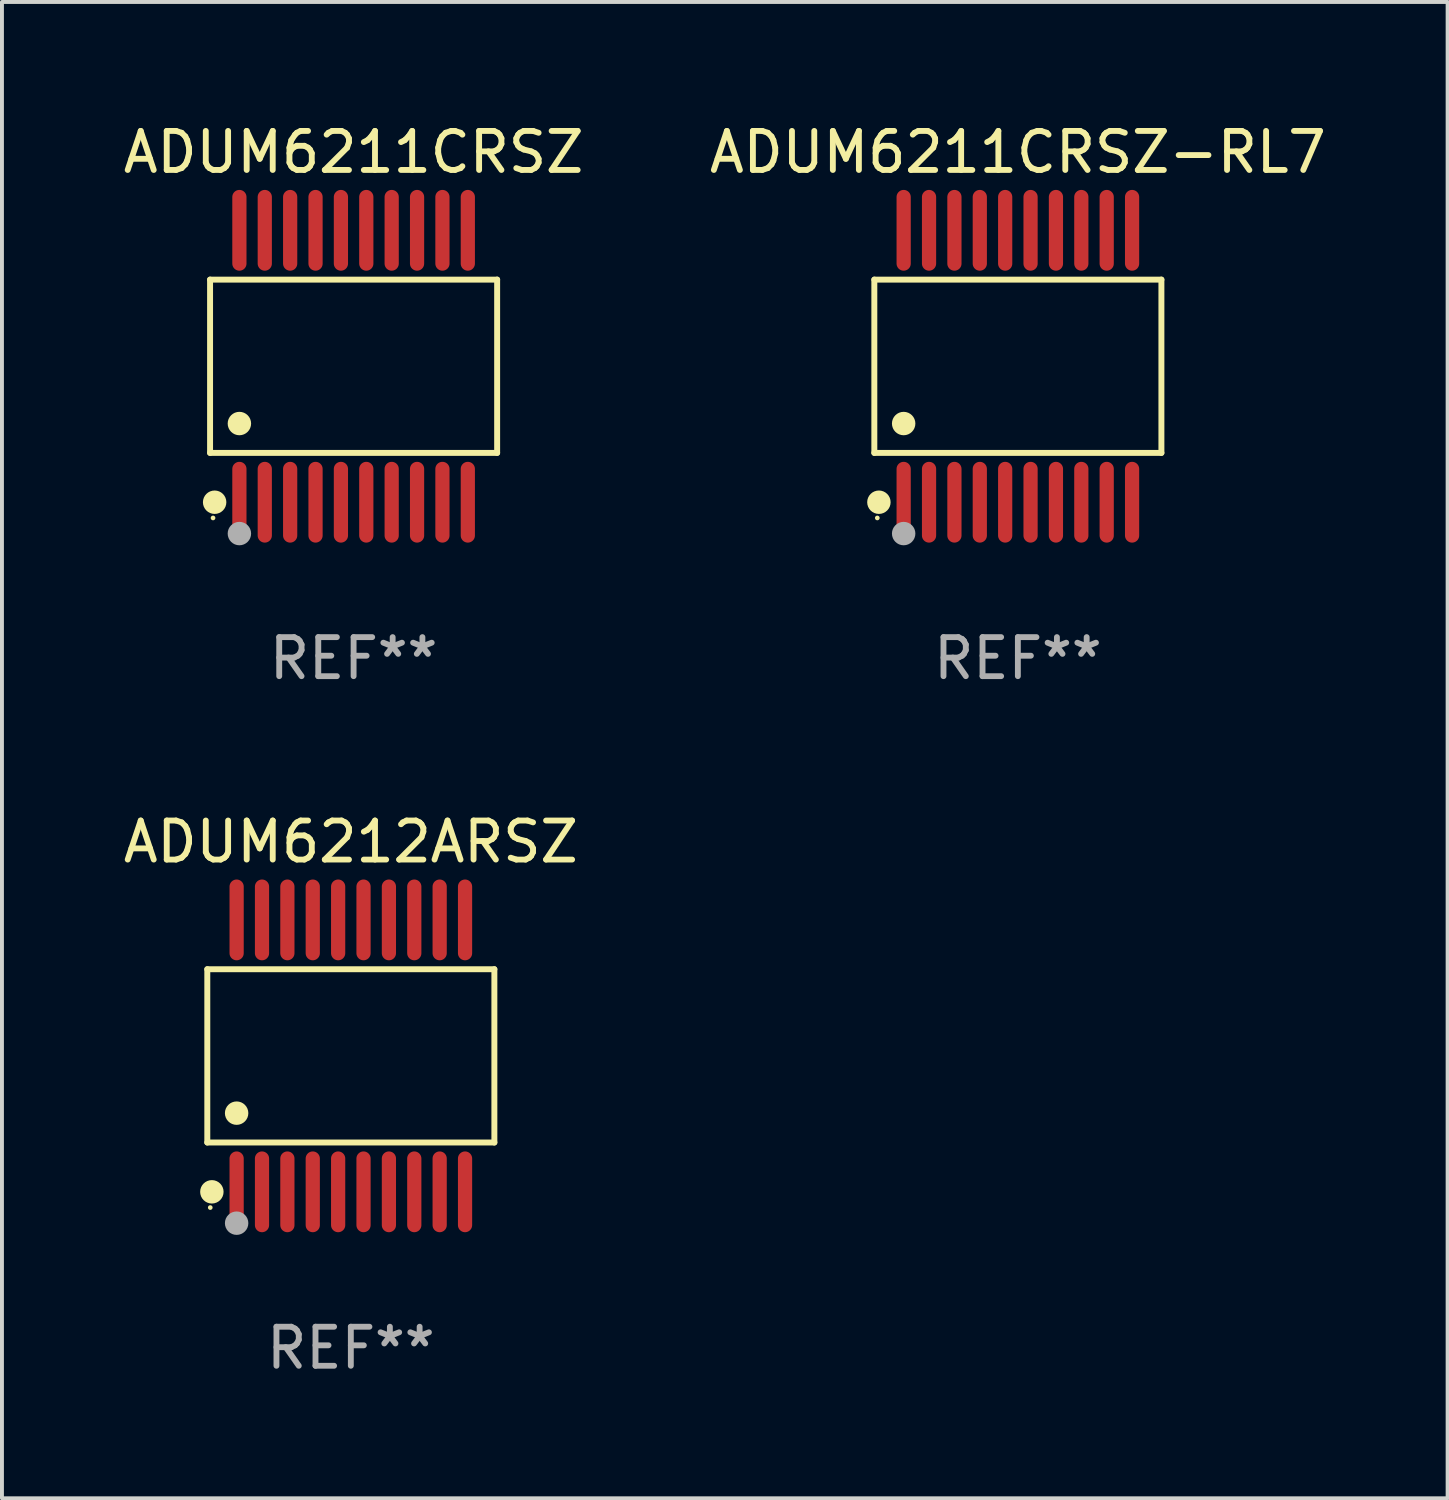
<source format=kicad_pcb>
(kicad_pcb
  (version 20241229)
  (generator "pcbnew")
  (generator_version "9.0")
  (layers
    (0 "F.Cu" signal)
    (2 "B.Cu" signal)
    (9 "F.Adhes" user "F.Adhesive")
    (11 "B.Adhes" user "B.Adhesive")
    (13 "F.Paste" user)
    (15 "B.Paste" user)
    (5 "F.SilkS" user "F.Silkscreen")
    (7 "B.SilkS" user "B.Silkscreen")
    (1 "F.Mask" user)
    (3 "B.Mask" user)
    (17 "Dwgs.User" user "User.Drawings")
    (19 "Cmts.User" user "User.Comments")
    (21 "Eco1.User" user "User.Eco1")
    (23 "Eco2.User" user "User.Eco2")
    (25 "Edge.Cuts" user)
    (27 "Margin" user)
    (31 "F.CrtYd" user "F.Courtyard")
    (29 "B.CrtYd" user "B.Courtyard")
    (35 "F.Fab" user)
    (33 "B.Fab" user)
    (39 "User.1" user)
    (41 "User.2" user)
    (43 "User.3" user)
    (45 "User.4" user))
  (footprint "ADUM6211CRSZ-RL7"
    (layer "F.Cu")
    (at 23.018 6.33)
    (property "Reference" "ADUM6211CRSZ-RL7" (at 0 -5.482 0) (layer "F.SilkS") (effects (font (size 1 1) (thickness 0.15))))
    (attr through_hole)
    (fp_line (start -3.676 -2.219) (end 3.676 -2.219) (stroke (width 0.152) (type solid)) (layer "F.SilkS"))
    (fp_line (start -3.676 2.219) (end -3.676 -2.219) (stroke (width 0.152) (type solid)) (layer "F.SilkS"))
    (fp_line (start 3.676 -2.219) (end 3.676 2.219) (stroke (width 0.152) (type solid)) (layer "F.SilkS"))
    (fp_line (start 3.676 2.219) (end -3.676 2.219) (stroke (width 0.152) (type solid)) (layer "F.SilkS"))
    (fp_circle (center -3.6 3.885) (end -3.57 3.885) (stroke (width 0.06) (type solid)) (fill no) (layer "F.SilkS"))
    (fp_circle (center -3.559 3.482) (end -3.409 3.482) (stroke (width 0.3) (type solid)) (fill no) (layer "F.SilkS"))
    (fp_circle (center -2.925 1.467) (end -2.775 1.467) (stroke (width 0.3) (type solid)) (fill no) (layer "F.SilkS"))
    (fp_circle (center -2.925 4.285) (end -2.775 4.285) (stroke (width 0.3) (type solid)) (fill no) (layer "F.Fab"))
    (fp_text user "REF**" (at 0 7.482 0) (layer "F.Fab") (effects (font (size 1 1) (thickness 0.15))))
    (pad "1" smd oval (at -2.925 3.482) (size 0.364 2.069) (layers "F.Cu" "F.Mask" "F.Paste"))
    (pad "2" smd oval (at -2.275 3.482) (size 0.364 2.069) (layers "F.Cu" "F.Mask" "F.Paste"))
    (pad "3" smd oval (at -1.625 3.482) (size 0.364 2.069) (layers "F.Cu" "F.Mask" "F.Paste"))
    (pad "4" smd oval (at -0.975 3.482) (size 0.364 2.069) (layers "F.Cu" "F.Mask" "F.Paste"))
    (pad "5" smd oval (at -0.325 3.482) (size 0.364 2.069) (layers "F.Cu" "F.Mask" "F.Paste"))
    (pad "6" smd oval (at 0.325 3.482) (size 0.364 2.069) (layers "F.Cu" "F.Mask" "F.Paste"))
    (pad "7" smd oval (at 0.975 3.482) (size 0.364 2.069) (layers "F.Cu" "F.Mask" "F.Paste"))
    (pad "8" smd oval (at 1.625 3.482) (size 0.364 2.069) (layers "F.Cu" "F.Mask" "F.Paste"))
    (pad "9" smd oval (at 2.275 3.482) (size 0.364 2.069) (layers "F.Cu" "F.Mask" "F.Paste"))
    (pad "10" smd oval (at 2.925 3.482) (size 0.364 2.069) (layers "F.Cu" "F.Mask" "F.Paste"))
    (pad "11" smd oval (at 2.925 -3.482) (size 0.364 2.069) (layers "F.Cu" "F.Mask" "F.Paste"))
    (pad "12" smd oval (at 2.275 -3.482) (size 0.364 2.069) (layers "F.Cu" "F.Mask" "F.Paste"))
    (pad "13" smd oval (at 1.625 -3.482) (size 0.364 2.069) (layers "F.Cu" "F.Mask" "F.Paste"))
    (pad "14" smd oval (at 0.975 -3.482) (size 0.364 2.069) (layers "F.Cu" "F.Mask" "F.Paste"))
    (pad "15" smd oval (at 0.325 -3.482) (size 0.364 2.069) (layers "F.Cu" "F.Mask" "F.Paste"))
    (pad "16" smd oval (at -0.325 -3.482) (size 0.364 2.069) (layers "F.Cu" "F.Mask" "F.Paste"))
    (pad "17" smd oval (at -0.975 -3.482) (size 0.364 2.069) (layers "F.Cu" "F.Mask" "F.Paste"))
    (pad "18" smd oval (at -1.625 -3.482) (size 0.364 2.069) (layers "F.Cu" "F.Mask" "F.Paste"))
    (pad "19" smd oval (at -2.275 -3.482) (size 0.364 2.069) (layers "F.Cu" "F.Mask" "F.Paste"))
    (pad "20" smd oval (at -2.925 -3.482) (size 0.364 2.069) (layers "F.Cu" "F.Mask" "F.Paste")))
  (footprint "ADUM6211CRSZ"
    (layer "F.Cu")
    (at 6.006 6.33)
    (property "Reference" "ADUM6211CRSZ" (at 0 -5.482 0) (layer "F.SilkS") (effects (font (size 1 1) (thickness 0.15))))
    (attr through_hole)
    (fp_line (start -3.676 -2.219) (end 3.676 -2.219) (stroke (width 0.152) (type solid)) (layer "F.SilkS"))
    (fp_line (start -3.676 2.219) (end -3.676 -2.219) (stroke (width 0.152) (type solid)) (layer "F.SilkS"))
    (fp_line (start 3.676 -2.219) (end 3.676 2.219) (stroke (width 0.152) (type solid)) (layer "F.SilkS"))
    (fp_line (start 3.676 2.219) (end -3.676 2.219) (stroke (width 0.152) (type solid)) (layer "F.SilkS"))
    (fp_circle (center -3.6 3.885) (end -3.57 3.885) (stroke (width 0.06) (type solid)) (fill no) (layer "F.SilkS"))
    (fp_circle (center -3.559 3.482) (end -3.409 3.482) (stroke (width 0.3) (type solid)) (fill no) (layer "F.SilkS"))
    (fp_circle (center -2.925 1.467) (end -2.775 1.467) (stroke (width 0.3) (type solid)) (fill no) (layer "F.SilkS"))
    (fp_circle (center -2.925 4.285) (end -2.775 4.285) (stroke (width 0.3) (type solid)) (fill no) (layer "F.Fab"))
    (fp_text user "REF**" (at 0 7.482 0) (layer "F.Fab") (effects (font (size 1 1) (thickness 0.15))))
    (pad "1" smd oval (at -2.925 3.482) (size 0.364 2.069) (layers "F.Cu" "F.Mask" "F.Paste"))
    (pad "2" smd oval (at -2.275 3.482) (size 0.364 2.069) (layers "F.Cu" "F.Mask" "F.Paste"))
    (pad "3" smd oval (at -1.625 3.482) (size 0.364 2.069) (layers "F.Cu" "F.Mask" "F.Paste"))
    (pad "4" smd oval (at -0.975 3.482) (size 0.364 2.069) (layers "F.Cu" "F.Mask" "F.Paste"))
    (pad "5" smd oval (at -0.325 3.482) (size 0.364 2.069) (layers "F.Cu" "F.Mask" "F.Paste"))
    (pad "6" smd oval (at 0.325 3.482) (size 0.364 2.069) (layers "F.Cu" "F.Mask" "F.Paste"))
    (pad "7" smd oval (at 0.975 3.482) (size 0.364 2.069) (layers "F.Cu" "F.Mask" "F.Paste"))
    (pad "8" smd oval (at 1.625 3.482) (size 0.364 2.069) (layers "F.Cu" "F.Mask" "F.Paste"))
    (pad "9" smd oval (at 2.275 3.482) (size 0.364 2.069) (layers "F.Cu" "F.Mask" "F.Paste"))
    (pad "10" smd oval (at 2.925 3.482) (size 0.364 2.069) (layers "F.Cu" "F.Mask" "F.Paste"))
    (pad "11" smd oval (at 2.925 -3.482) (size 0.364 2.069) (layers "F.Cu" "F.Mask" "F.Paste"))
    (pad "12" smd oval (at 2.275 -3.482) (size 0.364 2.069) (layers "F.Cu" "F.Mask" "F.Paste"))
    (pad "13" smd oval (at 1.625 -3.482) (size 0.364 2.069) (layers "F.Cu" "F.Mask" "F.Paste"))
    (pad "14" smd oval (at 0.975 -3.482) (size 0.364 2.069) (layers "F.Cu" "F.Mask" "F.Paste"))
    (pad "15" smd oval (at 0.325 -3.482) (size 0.364 2.069) (layers "F.Cu" "F.Mask" "F.Paste"))
    (pad "16" smd oval (at -0.325 -3.482) (size 0.364 2.069) (layers "F.Cu" "F.Mask" "F.Paste"))
    (pad "17" smd oval (at -0.975 -3.482) (size 0.364 2.069) (layers "F.Cu" "F.Mask" "F.Paste"))
    (pad "18" smd oval (at -1.625 -3.482) (size 0.364 2.069) (layers "F.Cu" "F.Mask" "F.Paste"))
    (pad "19" smd oval (at -2.275 -3.482) (size 0.364 2.069) (layers "F.Cu" "F.Mask" "F.Paste"))
    (pad "20" smd oval (at -2.925 -3.482) (size 0.364 2.069) (layers "F.Cu" "F.Mask" "F.Paste")))
  (footprint "ADUM6212ARSZ"
    (layer "F.Cu")
    (at 5.935 23.991)
    (property "Reference" "ADUM6212ARSZ" (at 0 -5.482 0) (layer "F.SilkS") (effects (font (size 1 1) (thickness 0.15))))
    (attr through_hole)
    (fp_line (start -3.676 -2.219) (end 3.676 -2.219) (stroke (width 0.152) (type solid)) (layer "F.SilkS"))
    (fp_line (start -3.676 2.219) (end -3.676 -2.219) (stroke (width 0.152) (type solid)) (layer "F.SilkS"))
    (fp_line (start 3.676 -2.219) (end 3.676 2.219) (stroke (width 0.152) (type solid)) (layer "F.SilkS"))
    (fp_line (start 3.676 2.219) (end -3.676 2.219) (stroke (width 0.152) (type solid)) (layer "F.SilkS"))
    (fp_circle (center -3.6 3.885) (end -3.57 3.885) (stroke (width 0.06) (type solid)) (fill no) (layer "F.SilkS"))
    (fp_circle (center -3.559 3.482) (end -3.409 3.482) (stroke (width 0.3) (type solid)) (fill no) (layer "F.SilkS"))
    (fp_circle (center -2.925 1.467) (end -2.775 1.467) (stroke (width 0.3) (type solid)) (fill no) (layer "F.SilkS"))
    (fp_circle (center -2.925 4.285) (end -2.775 4.285) (stroke (width 0.3) (type solid)) (fill no) (layer "F.Fab"))
    (fp_text user "REF**" (at 0 7.482 0) (layer "F.Fab") (effects (font (size 1 1) (thickness 0.15))))
    (pad "1" smd oval (at -2.925 3.482) (size 0.364 2.069) (layers "F.Cu" "F.Mask" "F.Paste"))
    (pad "2" smd oval (at -2.275 3.482) (size 0.364 2.069) (layers "F.Cu" "F.Mask" "F.Paste"))
    (pad "3" smd oval (at -1.625 3.482) (size 0.364 2.069) (layers "F.Cu" "F.Mask" "F.Paste"))
    (pad "4" smd oval (at -0.975 3.482) (size 0.364 2.069) (layers "F.Cu" "F.Mask" "F.Paste"))
    (pad "5" smd oval (at -0.325 3.482) (size 0.364 2.069) (layers "F.Cu" "F.Mask" "F.Paste"))
    (pad "6" smd oval (at 0.325 3.482) (size 0.364 2.069) (layers "F.Cu" "F.Mask" "F.Paste"))
    (pad "7" smd oval (at 0.975 3.482) (size 0.364 2.069) (layers "F.Cu" "F.Mask" "F.Paste"))
    (pad "8" smd oval (at 1.625 3.482) (size 0.364 2.069) (layers "F.Cu" "F.Mask" "F.Paste"))
    (pad "9" smd oval (at 2.275 3.482) (size 0.364 2.069) (layers "F.Cu" "F.Mask" "F.Paste"))
    (pad "10" smd oval (at 2.925 3.482) (size 0.364 2.069) (layers "F.Cu" "F.Mask" "F.Paste"))
    (pad "11" smd oval (at 2.925 -3.482) (size 0.364 2.069) (layers "F.Cu" "F.Mask" "F.Paste"))
    (pad "12" smd oval (at 2.275 -3.482) (size 0.364 2.069) (layers "F.Cu" "F.Mask" "F.Paste"))
    (pad "13" smd oval (at 1.625 -3.482) (size 0.364 2.069) (layers "F.Cu" "F.Mask" "F.Paste"))
    (pad "14" smd oval (at 0.975 -3.482) (size 0.364 2.069) (layers "F.Cu" "F.Mask" "F.Paste"))
    (pad "15" smd oval (at 0.325 -3.482) (size 0.364 2.069) (layers "F.Cu" "F.Mask" "F.Paste"))
    (pad "16" smd oval (at -0.325 -3.482) (size 0.364 2.069) (layers "F.Cu" "F.Mask" "F.Paste"))
    (pad "17" smd oval (at -0.975 -3.482) (size 0.364 2.069) (layers "F.Cu" "F.Mask" "F.Paste"))
    (pad "18" smd oval (at -1.625 -3.482) (size 0.364 2.069) (layers "F.Cu" "F.Mask" "F.Paste"))
    (pad "19" smd oval (at -2.275 -3.482) (size 0.364 2.069) (layers "F.Cu" "F.Mask" "F.Paste"))
    (pad "20" smd oval (at -2.925 -3.482) (size 0.364 2.069) (layers "F.Cu" "F.Mask" "F.Paste")))
  (gr_rect
    (start -3 -3)
    (end 34.024 35.321)
    (stroke (width 0.1) (type default))
    (fill no)
    (layer "Edge.Cuts")))
</source>
